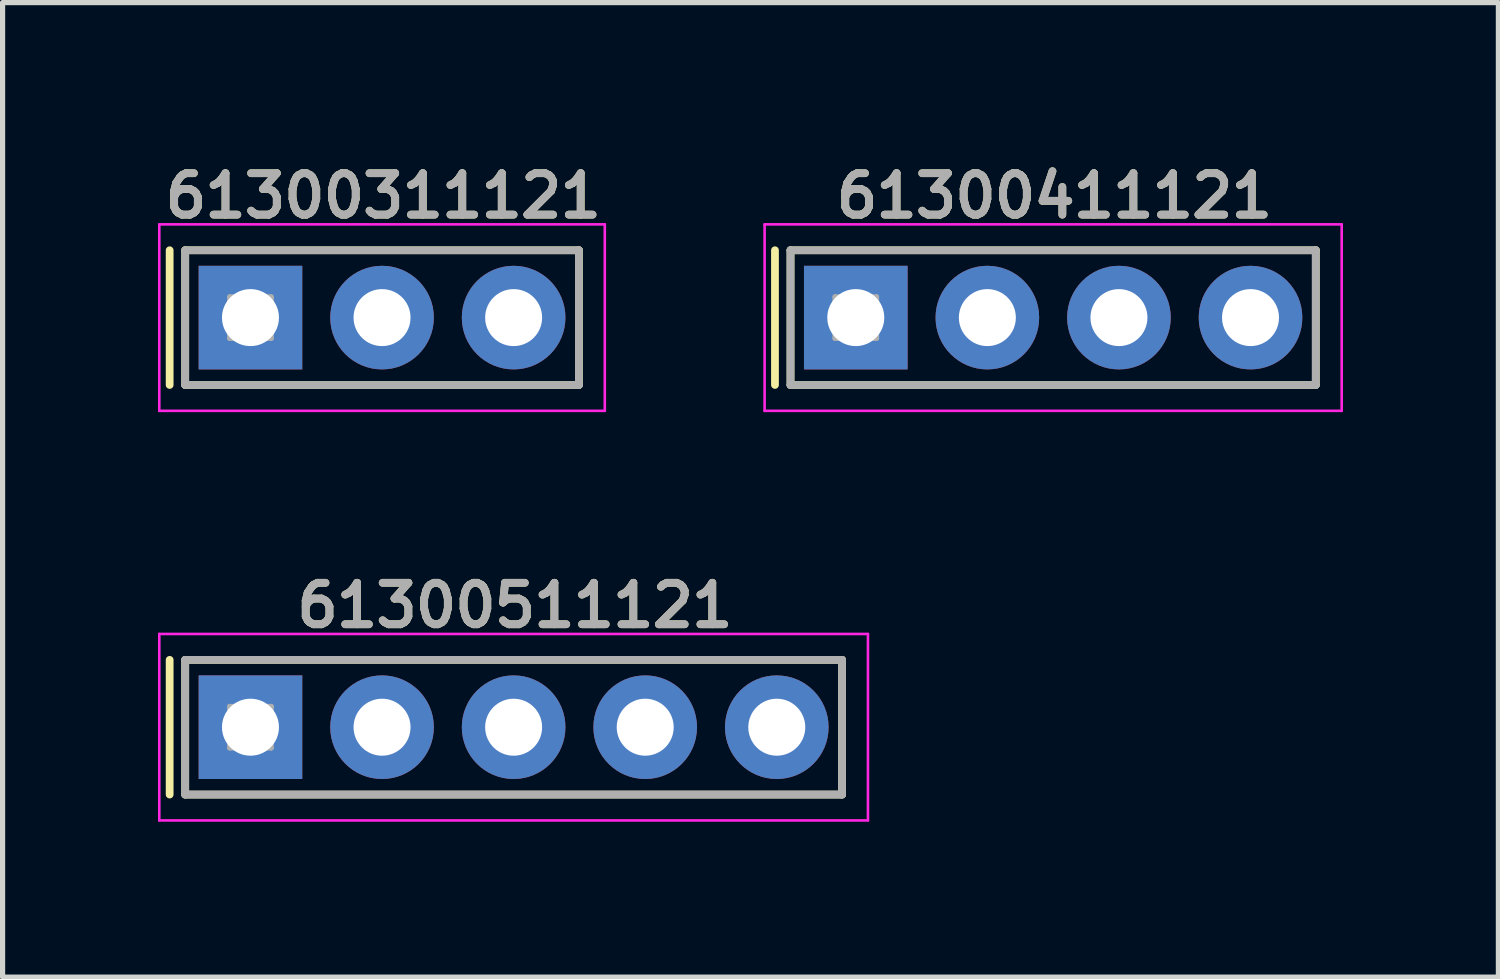
<source format=kicad_pcb>
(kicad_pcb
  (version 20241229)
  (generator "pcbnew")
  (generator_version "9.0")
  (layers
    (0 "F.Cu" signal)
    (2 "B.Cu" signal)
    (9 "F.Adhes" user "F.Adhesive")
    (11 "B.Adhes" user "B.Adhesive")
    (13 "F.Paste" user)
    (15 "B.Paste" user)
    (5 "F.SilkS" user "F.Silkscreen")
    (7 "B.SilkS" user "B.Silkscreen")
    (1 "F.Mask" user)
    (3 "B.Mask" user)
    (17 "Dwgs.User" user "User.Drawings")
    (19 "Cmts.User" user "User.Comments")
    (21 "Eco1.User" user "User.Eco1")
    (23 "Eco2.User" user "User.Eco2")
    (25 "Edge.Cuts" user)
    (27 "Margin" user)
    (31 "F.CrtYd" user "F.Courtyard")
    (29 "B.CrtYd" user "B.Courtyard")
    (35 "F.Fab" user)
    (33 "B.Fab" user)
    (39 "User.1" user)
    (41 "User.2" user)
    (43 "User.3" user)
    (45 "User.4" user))
  (footprint "61300411121"
    (layer "F.Cu")
    (at 17.28 3.081)
    (property "Reference" "61300411121" (at 0.025 -2.35 0) (layer "F.SilkS") (effects (font (size 0.8 0.8) (thickness 0.15))))
    (attr through_hole)
    (fp_line (start -5.37 -1.3) (end -5.37 1.3) (stroke (width 0.15) (type solid)) (layer "F.SilkS"))
    (fp_line (start -5.07 -1.3) (end 5.07 -1.3) (stroke (width 0.15) (type solid)) (layer "F.SilkS"))
    (fp_line (start -5.07 1.3) (end -5.07 -1.3) (stroke (width 0.15) (type solid)) (layer "F.SilkS"))
    (fp_line (start 5.07 -1.3) (end 5.07 1.3) (stroke (width 0.15) (type solid)) (layer "F.SilkS"))
    (fp_line (start 5.07 1.3) (end -5.07 1.3) (stroke (width 0.15) (type solid)) (layer "F.SilkS"))
    (fp_line (start -5.57 -1.8) (end 5.57 -1.8) (stroke (width 0.05) (type solid)) (layer "F.CrtYd"))
    (fp_line (start -5.57 1.8) (end -5.57 -1.8) (stroke (width 0.05) (type solid)) (layer "F.CrtYd"))
    (fp_line (start 5.57 -1.8) (end 5.57 1.8) (stroke (width 0.05) (type solid)) (layer "F.CrtYd"))
    (fp_line (start 5.57 1.8) (end -5.57 1.8) (stroke (width 0.05) (type solid)) (layer "F.CrtYd"))
    (fp_line (start -5.07 -1.3) (end 5.07 -1.3) (stroke (width 0.15) (type solid)) (layer "F.Fab"))
    (fp_line (start -5.07 1.3) (end -5.07 -1.3) (stroke (width 0.15) (type solid)) (layer "F.Fab"))
    (fp_line (start -4.21 -0.4) (end -3.41 -0.4) (stroke (width 0.1) (type solid)) (layer "F.Fab"))
    (fp_line (start -4.21 0) (end -3.41 0) (stroke (width 0.1) (type solid)) (layer "F.Fab"))
    (fp_line (start -4.21 0.4) (end -4.21 -0.4) (stroke (width 0.1) (type solid)) (layer "F.Fab"))
    (fp_line (start -3.81 -0.4) (end -3.81 0.4) (stroke (width 0.1) (type solid)) (layer "F.Fab"))
    (fp_line (start -3.41 -0.4) (end -3.41 0.4) (stroke (width 0.1) (type solid)) (layer "F.Fab"))
    (fp_line (start -3.41 0.4) (end -4.21 0.4) (stroke (width 0.1) (type solid)) (layer "F.Fab"))
    (fp_line (start -1.67 0) (end -0.87 0) (stroke (width 0.1) (type solid)) (layer "F.Fab"))
    (fp_line (start -1.27 -0.4) (end -1.27 0.4) (stroke (width 0.1) (type solid)) (layer "F.Fab"))
    (fp_line (start 0.87 0) (end 1.67 0) (stroke (width 0.1) (type solid)) (layer "F.Fab"))
    (fp_line (start 1.27 -0.4) (end 1.27 0.4) (stroke (width 0.1) (type solid)) (layer "F.Fab"))
    (fp_line (start 3.41 0) (end 4.21 0) (stroke (width 0.1) (type solid)) (layer "F.Fab"))
    (fp_line (start 3.81 -0.4) (end 3.81 0.4) (stroke (width 0.1) (type solid)) (layer "F.Fab"))
    (fp_line (start 5.07 -1.3) (end 5.07 1.3) (stroke (width 0.15) (type solid)) (layer "F.Fab"))
    (fp_line (start 5.07 1.3) (end -5.07 1.3) (stroke (width 0.15) (type solid)) (layer "F.Fab"))
    (fp_circle (center -1.27 0) (end -0.87 0) (stroke (width 0.1) (type solid)) (fill no) (layer "F.Fab"))
    (fp_circle (center 1.27 0) (end 1.67 0) (stroke (width 0.1) (type solid)) (fill no) (layer "F.Fab"))
    (fp_circle (center 3.81 0) (end 4.21 0) (stroke (width 0.1) (type solid)) (fill no) (layer "F.Fab"))
    (fp_text user "${REFERENCE}" (at 0.025 -2.35 0) (layer "F.Fab") (effects (font (size 0.8 0.8) (thickness 0.15))))
    (pad "1" thru_hole rect (at -3.81 0) (size 2 2) (drill 1.1) (layers "*.Cu" "*.Mask"))
    (pad "2" thru_hole circle (at -1.27 0) (size 2 2) (drill 1.1) (layers "*.Cu" "*.Mask"))
    (pad "3" thru_hole circle (at 1.27 0) (size 2 2) (drill 1.1) (layers "*.Cu" "*.Mask"))
    (pad "4" thru_hole circle (at 3.81 0) (size 2 2) (drill 1.1) (layers "*.Cu" "*.Mask")))
  (footprint "61300311121"
    (layer "F.Cu")
    (at 4.325 3.081)
    (property "Reference" "61300311121" (at 0.025 -2.35 0) (layer "F.SilkS") (effects (font (size 0.8 0.8) (thickness 0.15))))
    (attr through_hole)
    (fp_line (start -4.1 -1.3) (end -4.1 1.3) (stroke (width 0.15) (type solid)) (layer "F.SilkS"))
    (fp_line (start -3.8 -1.3) (end 3.8 -1.3) (stroke (width 0.15) (type solid)) (layer "F.SilkS"))
    (fp_line (start -3.8 1.3) (end -3.8 -1.3) (stroke (width 0.15) (type solid)) (layer "F.SilkS"))
    (fp_line (start 3.8 -1.3) (end 3.8 1.3) (stroke (width 0.15) (type solid)) (layer "F.SilkS"))
    (fp_line (start 3.8 1.3) (end -3.8 1.3) (stroke (width 0.15) (type solid)) (layer "F.SilkS"))
    (fp_line (start -4.3 -1.8) (end 4.3 -1.8) (stroke (width 0.05) (type solid)) (layer "F.CrtYd"))
    (fp_line (start -4.3 1.8) (end -4.3 -1.8) (stroke (width 0.05) (type solid)) (layer "F.CrtYd"))
    (fp_line (start 4.3 -1.8) (end 4.3 1.8) (stroke (width 0.05) (type solid)) (layer "F.CrtYd"))
    (fp_line (start 4.3 1.8) (end -4.3 1.8) (stroke (width 0.05) (type solid)) (layer "F.CrtYd"))
    (fp_line (start -3.8 -1.3) (end 3.8 -1.3) (stroke (width 0.15) (type solid)) (layer "F.Fab"))
    (fp_line (start -3.8 1.3) (end -3.8 -1.3) (stroke (width 0.15) (type solid)) (layer "F.Fab"))
    (fp_line (start -2.94 -0.4) (end -2.14 -0.4) (stroke (width 0.1) (type solid)) (layer "F.Fab"))
    (fp_line (start -2.94 0) (end -2.14 0) (stroke (width 0.1) (type solid)) (layer "F.Fab"))
    (fp_line (start -2.94 0.4) (end -2.94 -0.4) (stroke (width 0.1) (type solid)) (layer "F.Fab"))
    (fp_line (start -2.54 -0.4) (end -2.54 0.4) (stroke (width 0.1) (type solid)) (layer "F.Fab"))
    (fp_line (start -2.14 -0.4) (end -2.14 0.4) (stroke (width 0.1) (type solid)) (layer "F.Fab"))
    (fp_line (start -2.14 0.4) (end -2.94 0.4) (stroke (width 0.1) (type solid)) (layer "F.Fab"))
    (fp_line (start -0.4 0) (end 0.4 0) (stroke (width 0.1) (type solid)) (layer "F.Fab"))
    (fp_line (start 0 -0.4) (end 0 0.4) (stroke (width 0.1) (type solid)) (layer "F.Fab"))
    (fp_line (start 2.14 0) (end 2.94 0) (stroke (width 0.1) (type solid)) (layer "F.Fab"))
    (fp_line (start 2.54 -0.4) (end 2.54 0.4) (stroke (width 0.1) (type solid)) (layer "F.Fab"))
    (fp_line (start 3.8 -1.3) (end 3.8 1.3) (stroke (width 0.15) (type solid)) (layer "F.Fab"))
    (fp_line (start 3.8 1.3) (end -3.8 1.3) (stroke (width 0.15) (type solid)) (layer "F.Fab"))
    (fp_circle (center 0 0) (end 0.4 0) (stroke (width 0.1) (type solid)) (fill no) (layer "F.Fab"))
    (fp_circle (center 2.54 0) (end 2.94 0) (stroke (width 0.1) (type solid)) (fill no) (layer "F.Fab"))
    (fp_text user "${REFERENCE}" (at 0.025 -2.35 0) (layer "F.Fab") (effects (font (size 0.8 0.8) (thickness 0.15))))
    (pad "1" thru_hole rect (at -2.54 0) (size 2 2) (drill 1.1) (layers "*.Cu" "*.Mask"))
    (pad "2" thru_hole circle (at 0 0) (size 2 2) (drill 1.1) (layers "*.Cu" "*.Mask"))
    (pad "3" thru_hole circle (at 2.54 0) (size 2 2) (drill 1.1) (layers "*.Cu" "*.Mask")))
  (footprint "61300511121"
    (layer "F.Cu")
    (at 6.865 10.988)
    (property "Reference" "61300511121" (at 0.025 -2.35 0) (layer "F.SilkS") (effects (font (size 0.8 0.8) (thickness 0.15))))
    (attr through_hole)
    (fp_line (start -6.64 -1.3) (end -6.64 1.3) (stroke (width 0.15) (type solid)) (layer "F.SilkS"))
    (fp_line (start -6.34 -1.3) (end 6.34 -1.3) (stroke (width 0.15) (type solid)) (layer "F.SilkS"))
    (fp_line (start -6.34 1.3) (end -6.34 -1.3) (stroke (width 0.15) (type solid)) (layer "F.SilkS"))
    (fp_line (start 6.34 -1.3) (end 6.34 1.3) (stroke (width 0.15) (type solid)) (layer "F.SilkS"))
    (fp_line (start 6.34 1.3) (end -6.34 1.3) (stroke (width 0.15) (type solid)) (layer "F.SilkS"))
    (fp_line (start -6.84 -1.8) (end 6.84 -1.8) (stroke (width 0.05) (type solid)) (layer "F.CrtYd"))
    (fp_line (start -6.84 1.8) (end -6.84 -1.8) (stroke (width 0.05) (type solid)) (layer "F.CrtYd"))
    (fp_line (start 6.84 -1.8) (end 6.84 1.8) (stroke (width 0.05) (type solid)) (layer "F.CrtYd"))
    (fp_line (start 6.84 1.8) (end -6.84 1.8) (stroke (width 0.05) (type solid)) (layer "F.CrtYd"))
    (fp_line (start -6.34 -1.3) (end 6.34 -1.3) (stroke (width 0.15) (type solid)) (layer "F.Fab"))
    (fp_line (start -6.34 1.3) (end -6.34 -1.3) (stroke (width 0.15) (type solid)) (layer "F.Fab"))
    (fp_line (start -5.48 -0.4) (end -4.68 -0.4) (stroke (width 0.1) (type solid)) (layer "F.Fab"))
    (fp_line (start -5.48 0) (end -4.68 0) (stroke (width 0.1) (type solid)) (layer "F.Fab"))
    (fp_line (start -5.48 0.4) (end -5.48 -0.4) (stroke (width 0.1) (type solid)) (layer "F.Fab"))
    (fp_line (start -5.08 -0.4) (end -5.08 0.4) (stroke (width 0.1) (type solid)) (layer "F.Fab"))
    (fp_line (start -4.68 -0.4) (end -4.68 0.4) (stroke (width 0.1) (type solid)) (layer "F.Fab"))
    (fp_line (start -4.68 0.4) (end -5.48 0.4) (stroke (width 0.1) (type solid)) (layer "F.Fab"))
    (fp_line (start -2.94 0) (end -2.14 0) (stroke (width 0.1) (type solid)) (layer "F.Fab"))
    (fp_line (start -2.54 -0.4) (end -2.54 0.4) (stroke (width 0.1) (type solid)) (layer "F.Fab"))
    (fp_line (start -0.4 0) (end 0.4 0) (stroke (width 0.1) (type solid)) (layer "F.Fab"))
    (fp_line (start 0 -0.4) (end 0 0.4) (stroke (width 0.1) (type solid)) (layer "F.Fab"))
    (fp_line (start 2.14 0) (end 2.94 0) (stroke (width 0.1) (type solid)) (layer "F.Fab"))
    (fp_line (start 2.54 -0.4) (end 2.54 0.4) (stroke (width 0.1) (type solid)) (layer "F.Fab"))
    (fp_line (start 6.34 -1.3) (end 6.34 1.3) (stroke (width 0.15) (type solid)) (layer "F.Fab"))
    (fp_line (start 6.34 1.3) (end -6.34 1.3) (stroke (width 0.15) (type solid)) (layer "F.Fab"))
    (fp_circle (center -2.54 0) (end -2.14 0) (stroke (width 0.1) (type solid)) (fill no) (layer "F.Fab"))
    (fp_circle (center 0 0) (end 0.4 0) (stroke (width 0.1) (type solid)) (fill no) (layer "F.Fab"))
    (fp_circle (center 2.54 0) (end 2.94 0) (stroke (width 0.1) (type solid)) (fill no) (layer "F.Fab"))
    (fp_text user "${REFERENCE}" (at 0.025 -2.35 0) (layer "F.Fab") (effects (font (size 0.8 0.8) (thickness 0.15))))
    (pad "1" thru_hole rect (at -5.08 0) (size 2 2) (drill 1.1) (layers "*.Cu" "*.Mask"))
    (pad "2" thru_hole circle (at -2.54 0) (size 2 2) (drill 1.1) (layers "*.Cu" "*.Mask"))
    (pad "3" thru_hole circle (at 0 0) (size 2 2) (drill 1.1) (layers "*.Cu" "*.Mask"))
    (pad "4" thru_hole circle (at 2.54 0) (size 2 2) (drill 1.1) (layers "*.Cu" "*.Mask"))
    (pad "5" thru_hole circle (at 5.08 0) (size 2 2) (drill 1.1) (layers "*.Cu" "*.Mask")))
  (gr_rect
    (start -3 -3)
    (end 25.875 15.812)
    (stroke (width 0.1) (type default))
    (fill no)
    (layer "Edge.Cuts")))
</source>
